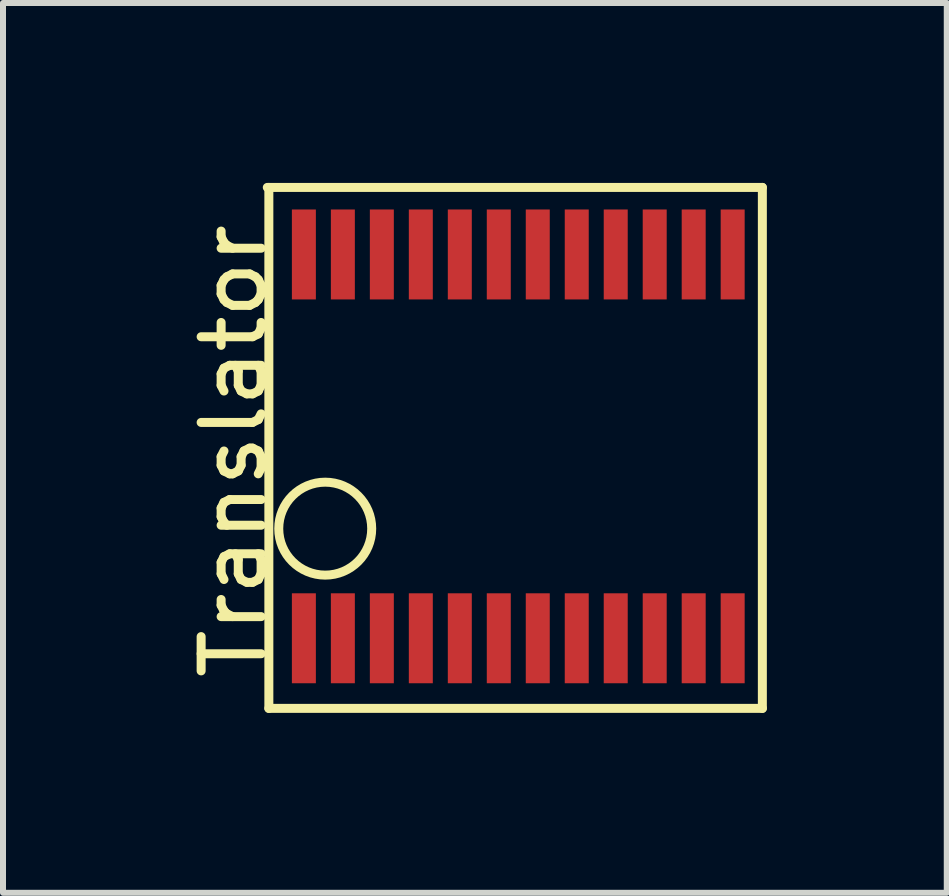
<source format=kicad_pcb>
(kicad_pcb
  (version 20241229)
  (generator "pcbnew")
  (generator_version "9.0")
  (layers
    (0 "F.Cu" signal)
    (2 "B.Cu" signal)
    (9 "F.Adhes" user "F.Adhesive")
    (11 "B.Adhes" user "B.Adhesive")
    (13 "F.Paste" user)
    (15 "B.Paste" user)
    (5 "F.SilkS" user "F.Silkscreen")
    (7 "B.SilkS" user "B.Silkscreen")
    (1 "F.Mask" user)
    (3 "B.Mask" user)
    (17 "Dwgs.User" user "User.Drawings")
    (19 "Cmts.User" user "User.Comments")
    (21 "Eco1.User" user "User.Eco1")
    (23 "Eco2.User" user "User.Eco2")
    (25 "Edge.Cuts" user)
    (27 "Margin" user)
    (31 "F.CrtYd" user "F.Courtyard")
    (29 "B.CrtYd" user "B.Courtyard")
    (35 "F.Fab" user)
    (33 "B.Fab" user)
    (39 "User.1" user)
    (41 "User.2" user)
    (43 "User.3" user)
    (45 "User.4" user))
  (footprint "Translator"
    (layer "F.Cu")
    (at 2.017 1.193)
    (property "Reference" "Translator" (at -1.168 3.277 90) (layer "F.SilkS") (effects (font (size 1 1) (thickness 0.15))))
    (attr through_hole)
    (fp_line (start -0.61 -1.118) (end 7.645 -1.118) (stroke (width 0.15) (type solid)) (layer "F.SilkS"))
    (fp_line (start -0.584 7.569) (end -0.584 -1.118) (stroke (width 0.15) (type solid)) (layer "F.SilkS"))
    (fp_line (start 7.645 -1.118) (end 7.645 7.569) (stroke (width 0.15) (type solid)) (layer "F.SilkS"))
    (fp_line (start 7.645 7.569) (end -0.584 7.569) (stroke (width 0.15) (type solid)) (layer "F.SilkS"))
    (fp_circle (center 0.356 4.572) (end 1.1 4.789) (stroke (width 0.15) (type solid)) (fill no) (layer "F.SilkS"))
    (pad "1" smd rect (at 0 6.4) (size 0.4 1.5) (layers "F.Cu" "F.Mask" "F.Paste"))
    (pad "2" smd rect (at 0.65 6.4) (size 0.4 1.5) (layers "F.Cu" "F.Mask" "F.Paste"))
    (pad "3" smd rect (at 1.3 6.4) (size 0.4 1.5) (layers "F.Cu" "F.Mask" "F.Paste"))
    (pad "4" smd rect (at 1.95 6.4) (size 0.4 1.5) (layers "F.Cu" "F.Mask" "F.Paste"))
    (pad "5" smd rect (at 2.6 6.4) (size 0.4 1.5) (layers "F.Cu" "F.Mask" "F.Paste"))
    (pad "6" smd rect (at 3.25 6.4) (size 0.4 1.5) (layers "F.Cu" "F.Mask" "F.Paste"))
    (pad "7" smd rect (at 3.9 6.4) (size 0.4 1.5) (layers "F.Cu" "F.Mask" "F.Paste"))
    (pad "8" smd rect (at 4.55 6.4) (size 0.4 1.5) (layers "F.Cu" "F.Mask" "F.Paste"))
    (pad "9" smd rect (at 5.2 6.4) (size 0.4 1.5) (layers "F.Cu" "F.Mask" "F.Paste"))
    (pad "10" smd rect (at 5.85 6.4) (size 0.4 1.5) (layers "F.Cu" "F.Mask" "F.Paste"))
    (pad "11" smd rect (at 6.5 6.4) (size 0.4 1.5) (layers "F.Cu" "F.Mask" "F.Paste"))
    (pad "12" smd rect (at 7.15 6.4) (size 0.4 1.5) (layers "F.Cu" "F.Mask" "F.Paste"))
    (pad "13" smd rect (at 7.15 0) (size 0.4 1.5) (layers "F.Cu" "F.Mask" "F.Paste"))
    (pad "14" smd rect (at 6.5 0) (size 0.4 1.5) (layers "F.Cu" "F.Mask" "F.Paste"))
    (pad "15" smd rect (at 5.85 0) (size 0.4 1.5) (layers "F.Cu" "F.Mask" "F.Paste"))
    (pad "16" smd rect (at 5.2 0) (size 0.4 1.5) (layers "F.Cu" "F.Mask" "F.Paste"))
    (pad "17" smd rect (at 4.55 0) (size 0.4 1.5) (layers "F.Cu" "F.Mask" "F.Paste"))
    (pad "18" smd rect (at 3.9 0) (size 0.4 1.5) (layers "F.Cu" "F.Mask" "F.Paste"))
    (pad "19" smd rect (at 3.25 0) (size 0.4 1.5) (layers "F.Cu" "F.Mask" "F.Paste"))
    (pad "20" smd rect (at 2.6 0) (size 0.4 1.5) (layers "F.Cu" "F.Mask" "F.Paste"))
    (pad "21" smd rect (at 1.95 0) (size 0.4 1.5) (layers "F.Cu" "F.Mask" "F.Paste"))
    (pad "22" smd rect (at 1.3 0) (size 0.4 1.5) (layers "F.Cu" "F.Mask" "F.Paste"))
    (pad "23" smd rect (at 0.65 0) (size 0.4 1.5) (layers "F.Cu" "F.Mask" "F.Paste"))
    (pad "24" smd rect (at 0 0) (size 0.4 1.5) (layers "F.Cu" "F.Mask" "F.Paste")))
  (gr_rect
    (start -3 -3)
    (end 12.737 11.837)
    (stroke (width 0.1) (type default))
    (fill no)
    (layer "Edge.Cuts")))
</source>
